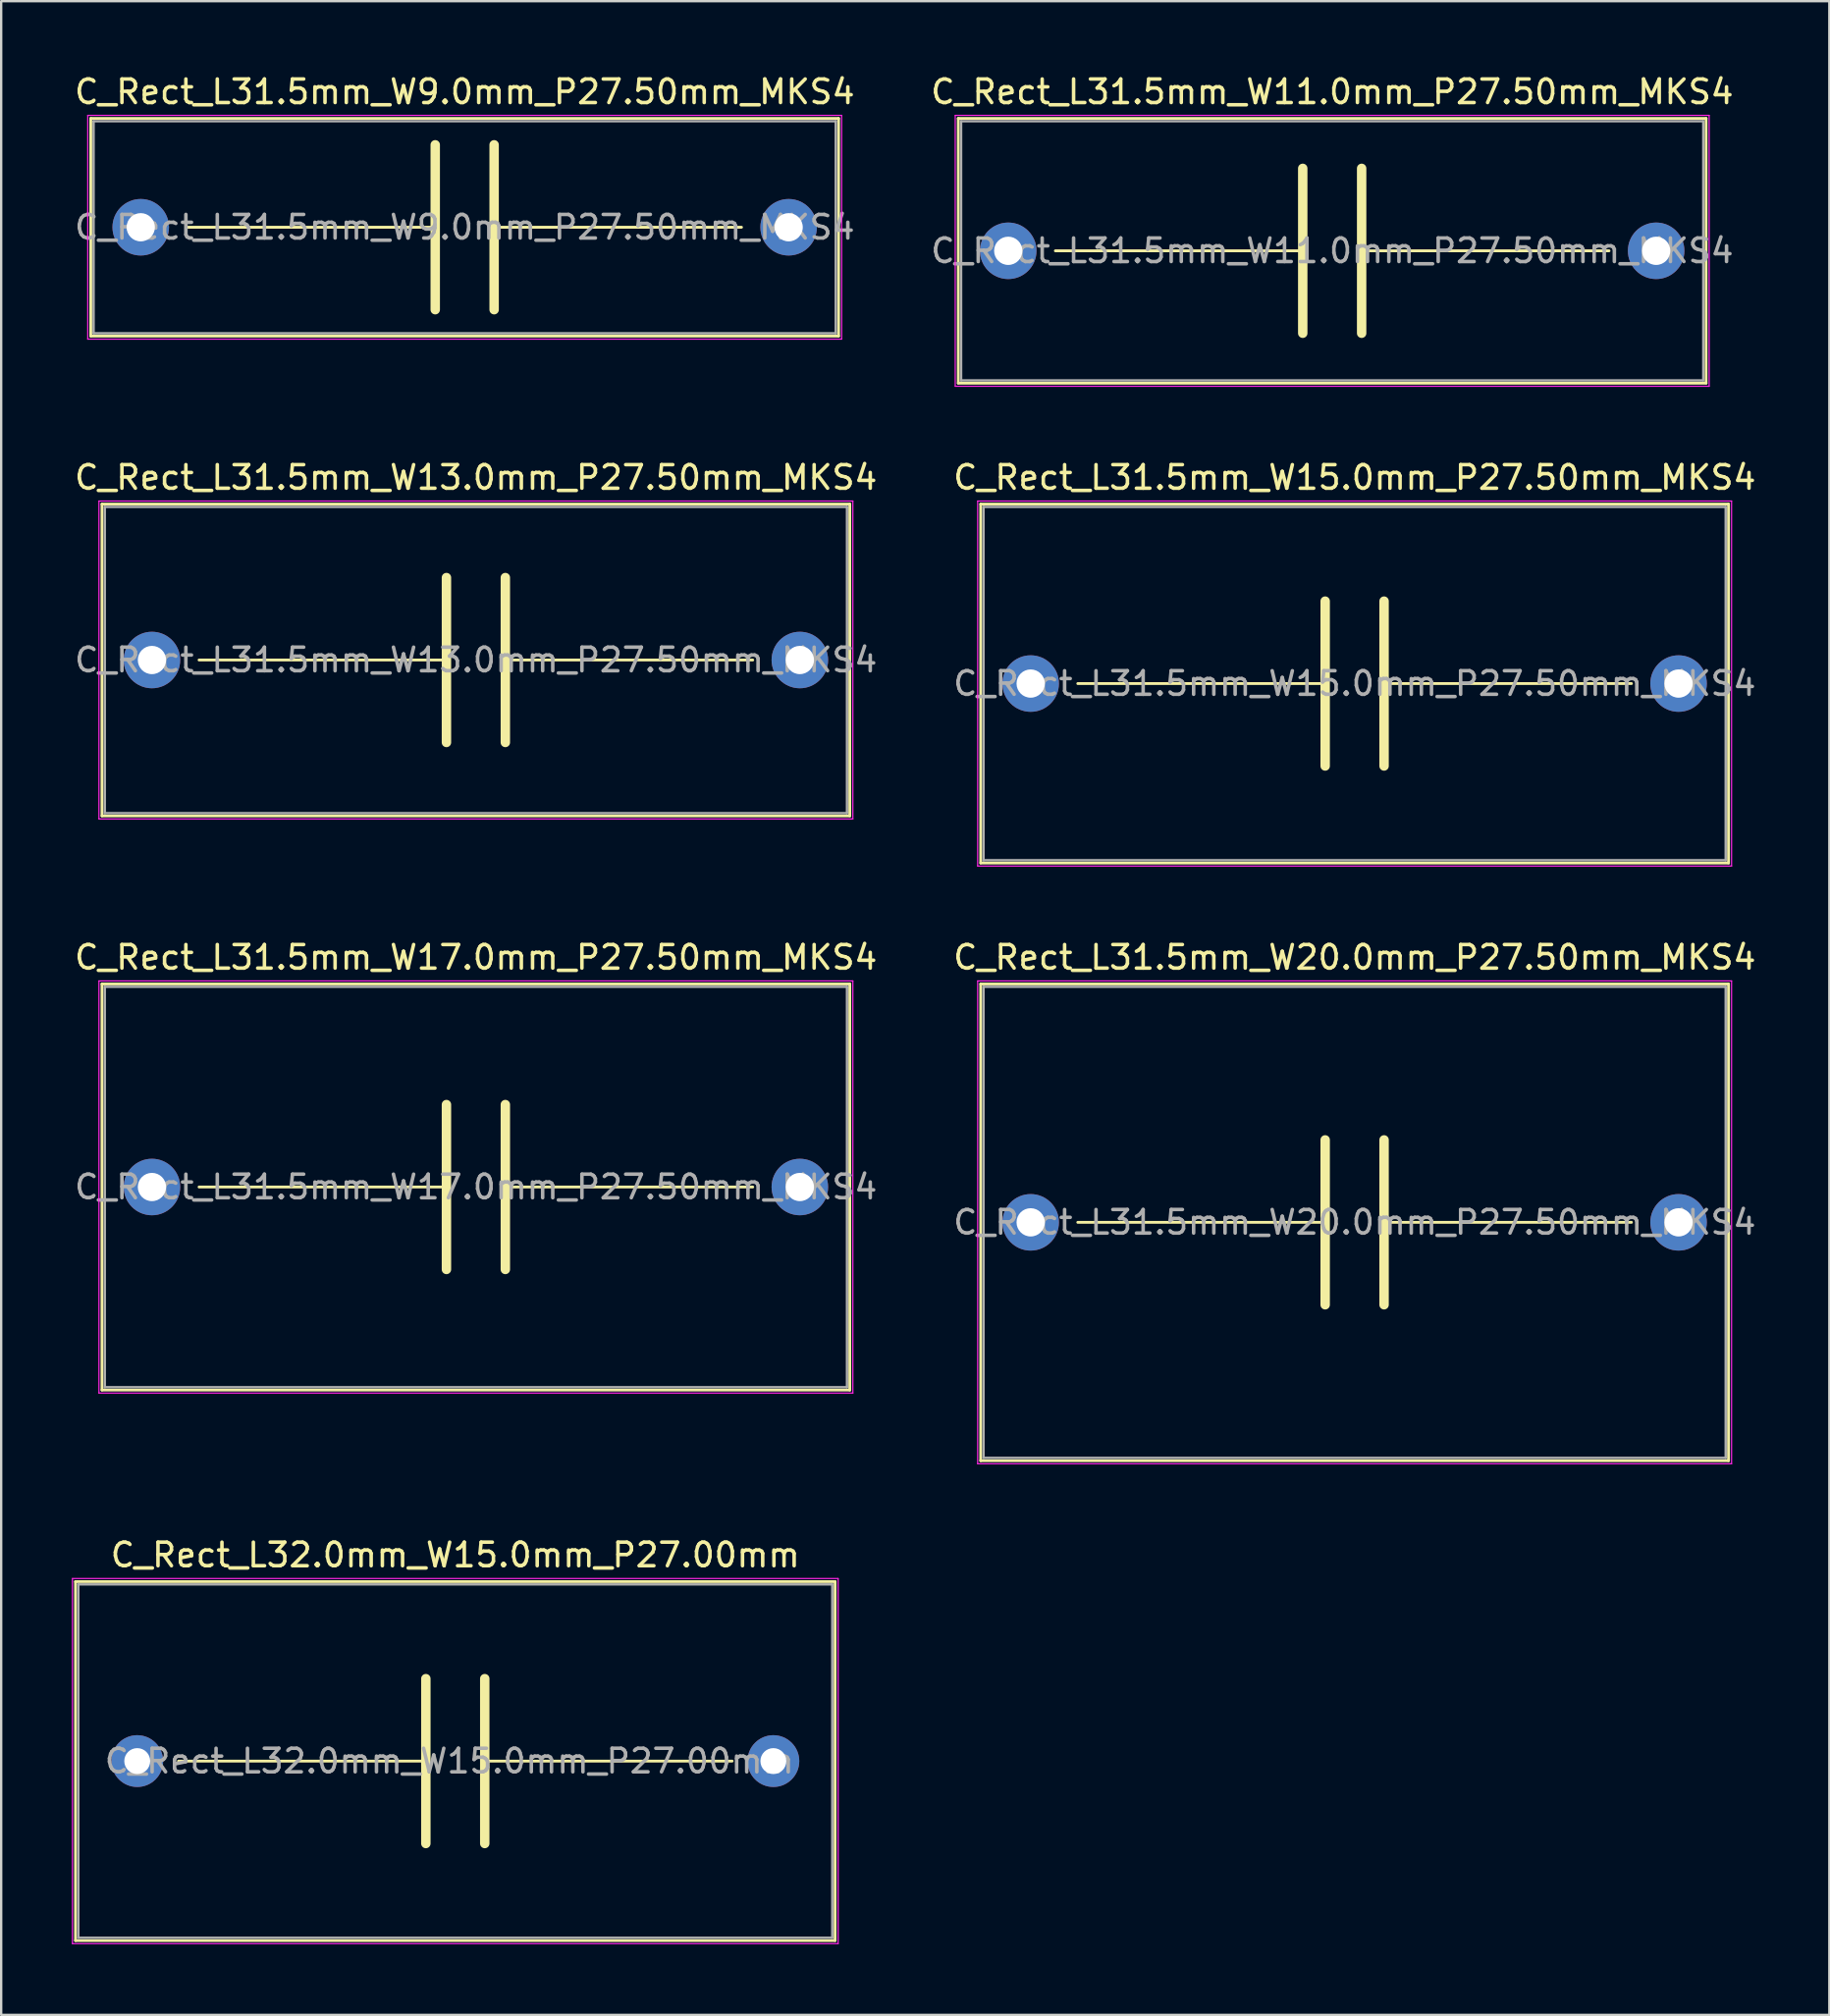
<source format=kicad_pcb>
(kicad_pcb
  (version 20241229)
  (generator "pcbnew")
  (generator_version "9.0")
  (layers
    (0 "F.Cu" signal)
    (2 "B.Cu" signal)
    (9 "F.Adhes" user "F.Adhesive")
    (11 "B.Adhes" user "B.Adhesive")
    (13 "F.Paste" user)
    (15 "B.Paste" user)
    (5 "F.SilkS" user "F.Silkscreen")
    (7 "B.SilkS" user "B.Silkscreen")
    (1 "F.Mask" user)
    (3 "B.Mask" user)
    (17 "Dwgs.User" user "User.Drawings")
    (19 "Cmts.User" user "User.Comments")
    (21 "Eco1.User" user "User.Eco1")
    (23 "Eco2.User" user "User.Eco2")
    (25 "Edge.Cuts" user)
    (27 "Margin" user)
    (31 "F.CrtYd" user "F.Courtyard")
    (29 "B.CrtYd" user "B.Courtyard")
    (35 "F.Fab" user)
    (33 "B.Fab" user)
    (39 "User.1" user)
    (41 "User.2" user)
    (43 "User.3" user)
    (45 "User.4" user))
  (footprint "C_Rect_L31.5mm_W9.0mm_P27.50mm_MKS4"
    (layer "F.Cu")
    (at 2.923 6.598)
    (property "Reference" "C_Rect_L31.5mm_W9.0mm_P27.50mm_MKS4" (at 13.75 -5.75 0) (layer "F.SilkS") (effects (font (size 1 1) (thickness 0.15))))
    (attr through_hole)
    (fp_line (start -2.12 -4.62) (end -2.12 4.62) (stroke (width 0.12) (type solid)) (layer "F.SilkS"))
    (fp_line (start -2.12 -4.62) (end 29.62 -4.62) (stroke (width 0.12) (type solid)) (layer "F.SilkS"))
    (fp_line (start -2.12 4.62) (end 29.62 4.62) (stroke (width 0.12) (type solid)) (layer "F.SilkS"))
    (fp_line (start 2 0) (end 12.5 0) (stroke (width 0.12) (type solid)) (layer "F.SilkS"))
    (fp_line (start 12.5 -3.5) (end 12.5 3.5) (stroke (width 0.4) (type solid)) (layer "F.SilkS"))
    (fp_line (start 15 -3.5) (end 15 3.5) (stroke (width 0.4) (type solid)) (layer "F.SilkS"))
    (fp_line (start 15 0) (end 25.5 0) (stroke (width 0.12) (type solid)) (layer "F.SilkS"))
    (fp_line (start 29.62 -4.62) (end 29.62 4.62) (stroke (width 0.12) (type solid)) (layer "F.SilkS"))
    (fp_line (start -2.25 -4.75) (end -2.25 4.75) (stroke (width 0.05) (type solid)) (layer "F.CrtYd"))
    (fp_line (start -2.25 4.75) (end 29.75 4.75) (stroke (width 0.05) (type solid)) (layer "F.CrtYd"))
    (fp_line (start 29.75 -4.75) (end -2.25 -4.75) (stroke (width 0.05) (type solid)) (layer "F.CrtYd"))
    (fp_line (start 29.75 4.75) (end 29.75 -4.75) (stroke (width 0.05) (type solid)) (layer "F.CrtYd"))
    (fp_line (start -2 -4.5) (end -2 4.5) (stroke (width 0.1) (type solid)) (layer "F.Fab"))
    (fp_line (start -2 4.5) (end 29.5 4.5) (stroke (width 0.1) (type solid)) (layer "F.Fab"))
    (fp_line (start 29.5 -4.5) (end -2 -4.5) (stroke (width 0.1) (type solid)) (layer "F.Fab"))
    (fp_line (start 29.5 4.5) (end 29.5 -4.5) (stroke (width 0.1) (type solid)) (layer "F.Fab"))
    (fp_text user "${REFERENCE}" (at 13.75 0 0) (layer "F.Fab") (effects (font (size 1 1) (thickness 0.15))))
    (pad "1" thru_hole circle (at 0 0) (size 2.4 2.4) (drill 1.2) (layers "*.Cu" "*.Mask"))
    (pad "2" thru_hole circle (at 27.5 0) (size 2.4 2.4) (drill 1.2) (layers "*.Cu" "*.Mask")))
  (footprint "C_Rect_L31.5mm_W11.0mm_P27.50mm_MKS4"
    (layer "F.Cu")
    (at 39.744 7.598)
    (property "Reference" "C_Rect_L31.5mm_W11.0mm_P27.50mm_MKS4" (at 13.75 -6.75 0) (layer "F.SilkS") (effects (font (size 1 1) (thickness 0.15))))
    (attr through_hole)
    (fp_line (start -2.12 -5.62) (end -2.12 5.62) (stroke (width 0.12) (type solid)) (layer "F.SilkS"))
    (fp_line (start -2.12 -5.62) (end 29.62 -5.62) (stroke (width 0.12) (type solid)) (layer "F.SilkS"))
    (fp_line (start -2.12 5.62) (end 29.62 5.62) (stroke (width 0.12) (type solid)) (layer "F.SilkS"))
    (fp_line (start 2 0) (end 12.5 0) (stroke (width 0.12) (type solid)) (layer "F.SilkS"))
    (fp_line (start 12.5 -3.5) (end 12.5 3.5) (stroke (width 0.4) (type solid)) (layer "F.SilkS"))
    (fp_line (start 15 -3.5) (end 15 3.5) (stroke (width 0.4) (type solid)) (layer "F.SilkS"))
    (fp_line (start 15 0) (end 25.5 0) (stroke (width 0.12) (type solid)) (layer "F.SilkS"))
    (fp_line (start 29.62 -5.62) (end 29.62 5.62) (stroke (width 0.12) (type solid)) (layer "F.SilkS"))
    (fp_line (start -2.25 -5.75) (end -2.25 5.75) (stroke (width 0.05) (type solid)) (layer "F.CrtYd"))
    (fp_line (start -2.25 5.75) (end 29.75 5.75) (stroke (width 0.05) (type solid)) (layer "F.CrtYd"))
    (fp_line (start 29.75 -5.75) (end -2.25 -5.75) (stroke (width 0.05) (type solid)) (layer "F.CrtYd"))
    (fp_line (start 29.75 5.75) (end 29.75 -5.75) (stroke (width 0.05) (type solid)) (layer "F.CrtYd"))
    (fp_line (start -2 -5.5) (end -2 5.5) (stroke (width 0.1) (type solid)) (layer "F.Fab"))
    (fp_line (start -2 5.5) (end 29.5 5.5) (stroke (width 0.1) (type solid)) (layer "F.Fab"))
    (fp_line (start 29.5 -5.5) (end -2 -5.5) (stroke (width 0.1) (type solid)) (layer "F.Fab"))
    (fp_line (start 29.5 5.5) (end 29.5 -5.5) (stroke (width 0.1) (type solid)) (layer "F.Fab"))
    (fp_text user "${REFERENCE}" (at 13.75 0 0) (layer "F.Fab") (effects (font (size 1 1) (thickness 0.15))))
    (pad "1" thru_hole circle (at 0 0) (size 2.4 2.4) (drill 1.2) (layers "*.Cu" "*.Mask"))
    (pad "2" thru_hole circle (at 27.5 0) (size 2.4 2.4) (drill 1.2) (layers "*.Cu" "*.Mask")))
  (footprint "C_Rect_L32.0mm_W15.0mm_P27.00mm"
    (layer "F.Cu")
    (at 2.775 71.718)
    (property "Reference" "C_Rect_L32.0mm_W15.0mm_P27.00mm" (at 13.5 -8.75 0) (layer "F.SilkS") (effects (font (size 1 1) (thickness 0.15))))
    (fp_line (start -2.62 -7.62) (end -2.62 7.62) (stroke (width 0.12) (type solid)) (layer "F.SilkS"))
    (fp_line (start -2.62 -7.62) (end 29.62 -7.62) (stroke (width 0.12) (type solid)) (layer "F.SilkS"))
    (fp_line (start -2.62 7.62) (end 29.62 7.62) (stroke (width 0.12) (type solid)) (layer "F.SilkS"))
    (fp_line (start 1.75 0) (end 12.25 0) (stroke (width 0.12) (type solid)) (layer "F.SilkS"))
    (fp_line (start 12.25 -3.5) (end 12.25 3.5) (stroke (width 0.4) (type solid)) (layer "F.SilkS"))
    (fp_line (start 14.75 -3.5) (end 14.75 3.5) (stroke (width 0.4) (type solid)) (layer "F.SilkS"))
    (fp_line (start 14.75 0) (end 25.25 0) (stroke (width 0.12) (type solid)) (layer "F.SilkS"))
    (fp_line (start 29.62 -7.62) (end 29.62 7.62) (stroke (width 0.12) (type solid)) (layer "F.SilkS"))
    (fp_line (start -2.75 -7.75) (end -2.75 7.75) (stroke (width 0.05) (type solid)) (layer "F.CrtYd"))
    (fp_line (start -2.75 7.75) (end 29.75 7.75) (stroke (width 0.05) (type solid)) (layer "F.CrtYd"))
    (fp_line (start 29.75 -7.75) (end -2.75 -7.75) (stroke (width 0.05) (type solid)) (layer "F.CrtYd"))
    (fp_line (start 29.75 7.75) (end 29.75 -7.75) (stroke (width 0.05) (type solid)) (layer "F.CrtYd"))
    (fp_line (start -2.5 -7.5) (end -2.5 7.5) (stroke (width 0.1) (type solid)) (layer "F.Fab"))
    (fp_line (start -2.5 7.5) (end 29.5 7.5) (stroke (width 0.1) (type solid)) (layer "F.Fab"))
    (fp_line (start 29.5 -7.5) (end -2.5 -7.5) (stroke (width 0.1) (type solid)) (layer "F.Fab"))
    (fp_line (start 29.5 7.5) (end 29.5 -7.5) (stroke (width 0.1) (type solid)) (layer "F.Fab"))
    (fp_text user "${REFERENCE}" (at 13.25 0 0) (layer "F.Fab") (effects (font (size 1 1) (thickness 0.15))))
    (pad "1" thru_hole circle (at 0 0) (size 2.2 2.2) (drill 1.1) (layers "*.Cu" "*.Mask"))
    (pad "2" thru_hole circle (at 27 0) (size 2.2 2.2) (drill 1.1) (layers "*.Cu" "*.Mask")))
  (footprint "C_Rect_L31.5mm_W20.0mm_P27.50mm_MKS4"
    (layer "F.Cu")
    (at 40.696 48.845)
    (property "Reference" "C_Rect_L31.5mm_W20.0mm_P27.50mm_MKS4" (at 13.75 -11.25 0) (layer "F.SilkS") (effects (font (size 1 1) (thickness 0.15))))
    (attr through_hole)
    (fp_line (start -2.12 -10.12) (end -2.12 10.12) (stroke (width 0.12) (type solid)) (layer "F.SilkS"))
    (fp_line (start -2.12 -10.12) (end 29.62 -10.12) (stroke (width 0.12) (type solid)) (layer "F.SilkS"))
    (fp_line (start -2.12 10.12) (end 29.62 10.12) (stroke (width 0.12) (type solid)) (layer "F.SilkS"))
    (fp_line (start 2 0) (end 12.5 0) (stroke (width 0.12) (type solid)) (layer "F.SilkS"))
    (fp_line (start 12.5 -3.5) (end 12.5 3.5) (stroke (width 0.4) (type solid)) (layer "F.SilkS"))
    (fp_line (start 15 -3.5) (end 15 3.5) (stroke (width 0.4) (type solid)) (layer "F.SilkS"))
    (fp_line (start 15 0) (end 25.5 0) (stroke (width 0.12) (type solid)) (layer "F.SilkS"))
    (fp_line (start 29.62 -10.12) (end 29.62 10.12) (stroke (width 0.12) (type solid)) (layer "F.SilkS"))
    (fp_line (start -2.25 -10.25) (end -2.25 10.25) (stroke (width 0.05) (type solid)) (layer "F.CrtYd"))
    (fp_line (start -2.25 10.25) (end 29.75 10.25) (stroke (width 0.05) (type solid)) (layer "F.CrtYd"))
    (fp_line (start 29.75 -10.25) (end -2.25 -10.25) (stroke (width 0.05) (type solid)) (layer "F.CrtYd"))
    (fp_line (start 29.75 10.25) (end 29.75 -10.25) (stroke (width 0.05) (type solid)) (layer "F.CrtYd"))
    (fp_line (start -2 -10) (end -2 10) (stroke (width 0.1) (type solid)) (layer "F.Fab"))
    (fp_line (start -2 10) (end 29.5 10) (stroke (width 0.1) (type solid)) (layer "F.Fab"))
    (fp_line (start 29.5 -10) (end -2 -10) (stroke (width 0.1) (type solid)) (layer "F.Fab"))
    (fp_line (start 29.5 10) (end 29.5 -10) (stroke (width 0.1) (type solid)) (layer "F.Fab"))
    (fp_text user "${REFERENCE}" (at 13.75 0 0) (layer "F.Fab") (effects (font (size 1 1) (thickness 0.15))))
    (pad "1" thru_hole circle (at 0 0) (size 2.4 2.4) (drill 1.2) (layers "*.Cu" "*.Mask"))
    (pad "2" thru_hole circle (at 27.5 0) (size 2.4 2.4) (drill 1.2) (layers "*.Cu" "*.Mask")))
  (footprint "C_Rect_L31.5mm_W13.0mm_P27.50mm_MKS4"
    (layer "F.Cu")
    (at 3.399 24.971)
    (property "Reference" "C_Rect_L31.5mm_W13.0mm_P27.50mm_MKS4" (at 13.75 -7.75 0) (layer "F.SilkS") (effects (font (size 1 1) (thickness 0.15))))
    (attr through_hole)
    (fp_line (start -2.12 -6.62) (end -2.12 6.62) (stroke (width 0.12) (type solid)) (layer "F.SilkS"))
    (fp_line (start -2.12 -6.62) (end 29.62 -6.62) (stroke (width 0.12) (type solid)) (layer "F.SilkS"))
    (fp_line (start -2.12 6.62) (end 29.62 6.62) (stroke (width 0.12) (type solid)) (layer "F.SilkS"))
    (fp_line (start 2 0) (end 12.5 0) (stroke (width 0.12) (type solid)) (layer "F.SilkS"))
    (fp_line (start 12.5 -3.5) (end 12.5 3.5) (stroke (width 0.4) (type solid)) (layer "F.SilkS"))
    (fp_line (start 15 -3.5) (end 15 3.5) (stroke (width 0.4) (type solid)) (layer "F.SilkS"))
    (fp_line (start 15 0) (end 25.5 0) (stroke (width 0.12) (type solid)) (layer "F.SilkS"))
    (fp_line (start 29.62 -6.62) (end 29.62 6.62) (stroke (width 0.12) (type solid)) (layer "F.SilkS"))
    (fp_line (start -2.25 -6.75) (end -2.25 6.75) (stroke (width 0.05) (type solid)) (layer "F.CrtYd"))
    (fp_line (start -2.25 6.75) (end 29.75 6.75) (stroke (width 0.05) (type solid)) (layer "F.CrtYd"))
    (fp_line (start 29.75 -6.75) (end -2.25 -6.75) (stroke (width 0.05) (type solid)) (layer "F.CrtYd"))
    (fp_line (start 29.75 6.75) (end 29.75 -6.75) (stroke (width 0.05) (type solid)) (layer "F.CrtYd"))
    (fp_line (start -2 -6.5) (end -2 6.5) (stroke (width 0.1) (type solid)) (layer "F.Fab"))
    (fp_line (start -2 6.5) (end 29.5 6.5) (stroke (width 0.1) (type solid)) (layer "F.Fab"))
    (fp_line (start 29.5 -6.5) (end -2 -6.5) (stroke (width 0.1) (type solid)) (layer "F.Fab"))
    (fp_line (start 29.5 6.5) (end 29.5 -6.5) (stroke (width 0.1) (type solid)) (layer "F.Fab"))
    (fp_text user "${REFERENCE}" (at 13.75 0 0) (layer "F.Fab") (effects (font (size 1 1) (thickness 0.15))))
    (pad "1" thru_hole circle (at 0 0) (size 2.4 2.4) (drill 1.2) (layers "*.Cu" "*.Mask"))
    (pad "2" thru_hole circle (at 27.5 0) (size 2.4 2.4) (drill 1.2) (layers "*.Cu" "*.Mask")))
  (footprint "C_Rect_L31.5mm_W17.0mm_P27.50mm_MKS4"
    (layer "F.Cu")
    (at 3.399 47.345)
    (property "Reference" "C_Rect_L31.5mm_W17.0mm_P27.50mm_MKS4" (at 13.75 -9.75 0) (layer "F.SilkS") (effects (font (size 1 1) (thickness 0.15))))
    (attr through_hole)
    (fp_line (start -2.12 -8.62) (end -2.12 8.62) (stroke (width 0.12) (type solid)) (layer "F.SilkS"))
    (fp_line (start -2.12 -8.62) (end 29.62 -8.62) (stroke (width 0.12) (type solid)) (layer "F.SilkS"))
    (fp_line (start -2.12 8.62) (end 29.62 8.62) (stroke (width 0.12) (type solid)) (layer "F.SilkS"))
    (fp_line (start 2 0) (end 12.5 0) (stroke (width 0.12) (type solid)) (layer "F.SilkS"))
    (fp_line (start 12.5 -3.5) (end 12.5 3.5) (stroke (width 0.4) (type solid)) (layer "F.SilkS"))
    (fp_line (start 15 -3.5) (end 15 3.5) (stroke (width 0.4) (type solid)) (layer "F.SilkS"))
    (fp_line (start 15 0) (end 25.5 0) (stroke (width 0.12) (type solid)) (layer "F.SilkS"))
    (fp_line (start 29.62 -8.62) (end 29.62 8.62) (stroke (width 0.12) (type solid)) (layer "F.SilkS"))
    (fp_line (start -2.25 -8.75) (end -2.25 8.75) (stroke (width 0.05) (type solid)) (layer "F.CrtYd"))
    (fp_line (start -2.25 8.75) (end 29.75 8.75) (stroke (width 0.05) (type solid)) (layer "F.CrtYd"))
    (fp_line (start 29.75 -8.75) (end -2.25 -8.75) (stroke (width 0.05) (type solid)) (layer "F.CrtYd"))
    (fp_line (start 29.75 8.75) (end 29.75 -8.75) (stroke (width 0.05) (type solid)) (layer "F.CrtYd"))
    (fp_line (start -2 -8.5) (end -2 8.5) (stroke (width 0.1) (type solid)) (layer "F.Fab"))
    (fp_line (start -2 8.5) (end 29.5 8.5) (stroke (width 0.1) (type solid)) (layer "F.Fab"))
    (fp_line (start 29.5 -8.5) (end -2 -8.5) (stroke (width 0.1) (type solid)) (layer "F.Fab"))
    (fp_line (start 29.5 8.5) (end 29.5 -8.5) (stroke (width 0.1) (type solid)) (layer "F.Fab"))
    (fp_text user "${REFERENCE}" (at 13.75 0 0) (layer "F.Fab") (effects (font (size 1 1) (thickness 0.15))))
    (pad "1" thru_hole circle (at 0 0) (size 2.4 2.4) (drill 1.2) (layers "*.Cu" "*.Mask"))
    (pad "2" thru_hole circle (at 27.5 0) (size 2.4 2.4) (drill 1.2) (layers "*.Cu" "*.Mask")))
  (footprint "C_Rect_L31.5mm_W15.0mm_P27.50mm_MKS4"
    (layer "F.Cu")
    (at 40.696 25.971)
    (property "Reference" "C_Rect_L31.5mm_W15.0mm_P27.50mm_MKS4" (at 13.75 -8.75 0) (layer "F.SilkS") (effects (font (size 1 1) (thickness 0.15))))
    (attr through_hole)
    (fp_line (start -2.12 -7.62) (end -2.12 7.62) (stroke (width 0.12) (type solid)) (layer "F.SilkS"))
    (fp_line (start -2.12 -7.62) (end 29.62 -7.62) (stroke (width 0.12) (type solid)) (layer "F.SilkS"))
    (fp_line (start -2.12 7.62) (end 29.62 7.62) (stroke (width 0.12) (type solid)) (layer "F.SilkS"))
    (fp_line (start 2 0) (end 12.5 0) (stroke (width 0.12) (type solid)) (layer "F.SilkS"))
    (fp_line (start 12.5 -3.5) (end 12.5 3.5) (stroke (width 0.4) (type solid)) (layer "F.SilkS"))
    (fp_line (start 15 -3.5) (end 15 3.5) (stroke (width 0.4) (type solid)) (layer "F.SilkS"))
    (fp_line (start 15 0) (end 25.5 0) (stroke (width 0.12) (type solid)) (layer "F.SilkS"))
    (fp_line (start 29.62 -7.62) (end 29.62 7.62) (stroke (width 0.12) (type solid)) (layer "F.SilkS"))
    (fp_line (start -2.25 -7.75) (end -2.25 7.75) (stroke (width 0.05) (type solid)) (layer "F.CrtYd"))
    (fp_line (start -2.25 7.75) (end 29.75 7.75) (stroke (width 0.05) (type solid)) (layer "F.CrtYd"))
    (fp_line (start 29.75 -7.75) (end -2.25 -7.75) (stroke (width 0.05) (type solid)) (layer "F.CrtYd"))
    (fp_line (start 29.75 7.75) (end 29.75 -7.75) (stroke (width 0.05) (type solid)) (layer "F.CrtYd"))
    (fp_line (start -2 -7.5) (end -2 7.5) (stroke (width 0.1) (type solid)) (layer "F.Fab"))
    (fp_line (start -2 7.5) (end 29.5 7.5) (stroke (width 0.1) (type solid)) (layer "F.Fab"))
    (fp_line (start 29.5 -7.5) (end -2 -7.5) (stroke (width 0.1) (type solid)) (layer "F.Fab"))
    (fp_line (start 29.5 7.5) (end 29.5 -7.5) (stroke (width 0.1) (type solid)) (layer "F.Fab"))
    (fp_text user "${REFERENCE}" (at 13.75 0 0) (layer "F.Fab") (effects (font (size 1 1) (thickness 0.15))))
    (pad "1" thru_hole circle (at 0 0) (size 2.4 2.4) (drill 1.2) (layers "*.Cu" "*.Mask"))
    (pad "2" thru_hole circle (at 27.5 0) (size 2.4 2.4) (drill 1.2) (layers "*.Cu" "*.Mask")))
  (gr_rect
    (start -3 -3)
    (end 74.595 82.493)
    (stroke (width 0.1) (type default))
    (fill no)
    (layer "Edge.Cuts")))
</source>
